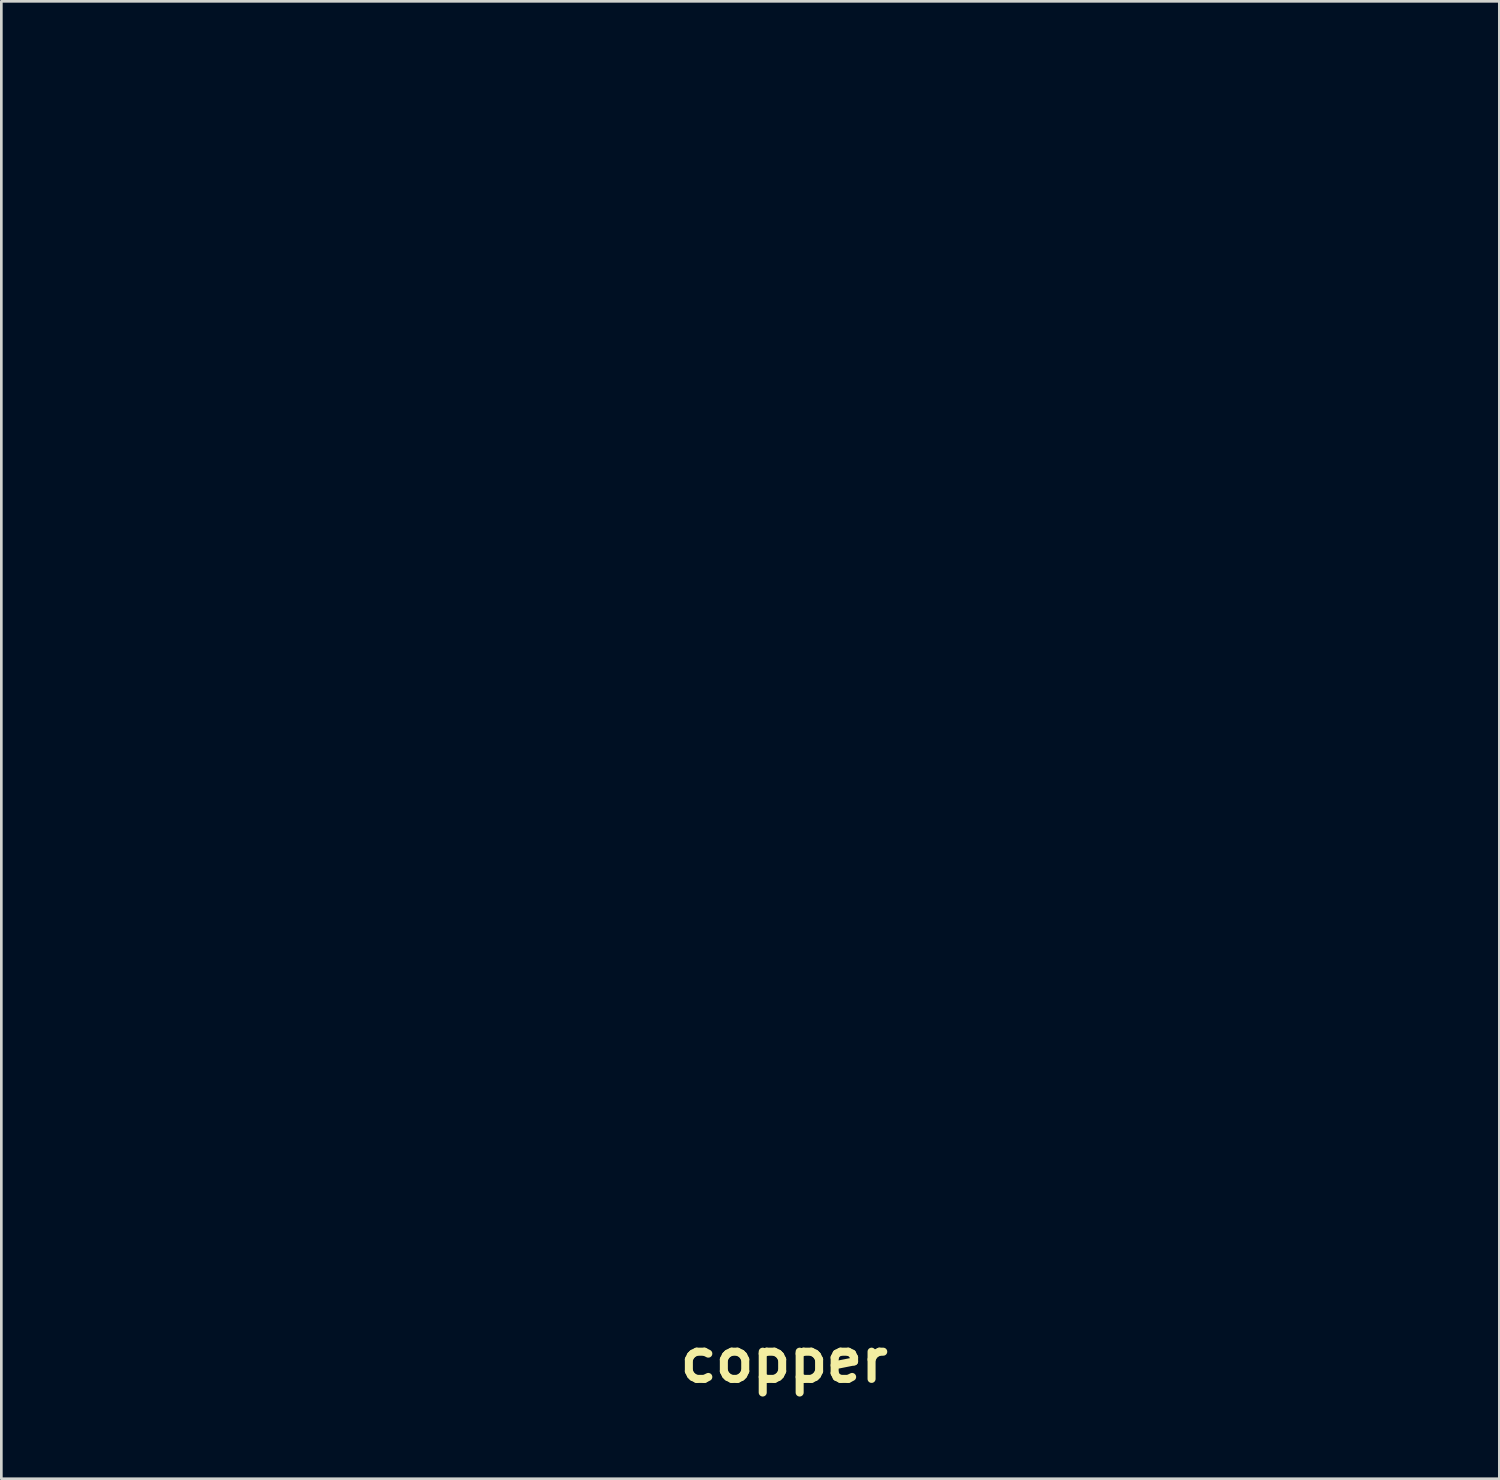
<source format=kicad_pcb>
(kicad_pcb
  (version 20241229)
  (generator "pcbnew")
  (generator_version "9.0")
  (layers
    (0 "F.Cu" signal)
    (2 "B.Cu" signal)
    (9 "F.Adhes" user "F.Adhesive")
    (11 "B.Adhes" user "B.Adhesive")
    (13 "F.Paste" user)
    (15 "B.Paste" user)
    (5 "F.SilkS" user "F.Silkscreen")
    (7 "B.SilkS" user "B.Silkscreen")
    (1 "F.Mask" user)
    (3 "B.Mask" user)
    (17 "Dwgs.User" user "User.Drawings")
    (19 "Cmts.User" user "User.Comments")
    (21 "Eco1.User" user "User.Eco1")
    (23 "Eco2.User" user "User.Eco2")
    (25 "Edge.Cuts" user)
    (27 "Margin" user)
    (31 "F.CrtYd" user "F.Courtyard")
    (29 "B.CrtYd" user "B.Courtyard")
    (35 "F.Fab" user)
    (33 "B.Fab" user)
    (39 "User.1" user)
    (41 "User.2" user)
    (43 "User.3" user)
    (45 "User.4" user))
  (footprint "copper"
    (layer "F.Cu")
    (at 26.227 47.746)
    (property "Reference" "copper" (at 0 0 0) (layer "F.SilkS") (effects (font (size 1.524 1.524) (thickness 0.3))))
    (attr through_hole)
    (fp_poly (pts (xy 6.523 -47.734) (xy 7.085 -47.72) (xy 7.525 -47.695) (xy 7.881 -47.657) (xy 8.192 -47.602) (xy 8.498 -47.527) (xy 8.506 -47.525) (xy 9.235 -47.29) (xy 9.909 -47.005) (xy 10.479 -46.694) (xy 10.9 -46.379) (xy 10.92 -46.359) (xy 11.366 -45.855) (xy 11.763 -45.272) (xy 12.083 -44.662) (xy 12.304 -44.072) (xy 12.398 -43.551) (xy 12.4 -43.482) (xy 12.431 -43.279) (xy 12.5 -43.2) (xy 12.549 -43.106) (xy 12.583 -42.847) (xy 12.599 -42.46) (xy 12.6 -42.35) (xy 12.589 -41.936) (xy 12.559 -41.643) (xy 12.513 -41.506) (xy 12.5 -41.5) (xy 12.436 -41.412) (xy 12.402 -41.192) (xy 12.4 -41.12) (xy 12.367 -40.774) (xy 12.275 -40.283) (xy 12.136 -39.688) (xy 11.96 -39.03) (xy 11.758 -38.351) (xy 11.542 -37.692) (xy 11.335 -37.126) (xy 11.077 -36.491) (xy 10.809 -35.872) (xy 10.546 -35.304) (xy 10.304 -34.82) (xy 10.1 -34.452) (xy 9.949 -34.235) (xy 9.937 -34.222) (xy 9.812 -34.055) (xy 9.646 -33.779) (xy 9.532 -33.564) (xy 9.36 -33.253) (xy 9.113 -32.844) (xy 8.834 -32.403) (xy 8.686 -32.179) (xy 8.444 -31.811) (xy 8.25 -31.502) (xy 8.129 -31.29) (xy 8.1 -31.22) (xy 8.037 -31.105) (xy 7.872 -30.896) (xy 7.675 -30.672) (xy 7.421 -30.386) (xy 7.097 -30.006) (xy 6.756 -29.594) (xy 6.6 -29.401) (xy 6.285 -29.012) (xy 5.975 -28.638) (xy 5.718 -28.335) (xy 5.617 -28.22) (xy 5.423 -28.012) (xy 5.333 -27.944) (xy 5.318 -28.005) (xy 5.335 -28.1) (xy 5.535 -29.541) (xy 5.547 -30.941) (xy 5.512 -31.366) (xy 5.438 -31.954) (xy 5.345 -32.505) (xy 5.242 -32.981) (xy 5.137 -33.347) (xy 5.039 -33.564) (xy 5.005 -33.6) (xy 4.927 -33.72) (xy 4.83 -33.95) (xy 4.816 -33.991) (xy 4.62 -34.447) (xy 4.325 -34.988) (xy 3.969 -35.551) (xy 3.588 -36.073) (xy 3.532 -36.144) (xy 3.246 -36.469) (xy 2.957 -36.72) (xy 2.602 -36.947) (xy 2.185 -37.164) (xy 1.731 -37.37) (xy 1.236 -37.568) (xy 0.738 -37.745) (xy 0.275 -37.89) (xy -0.116 -37.99) (xy -0.397 -38.034) (xy -0.527 -38.013) (xy -0.494 -37.922) (xy -0.319 -37.774) (xy -0.082 -37.623) (xy 0.335 -37.352) (xy 0.718 -37.021) (xy 1.102 -36.595) (xy 1.519 -36.041) (xy 1.753 -35.7) (xy 2.005 -35.332) (xy 2.226 -35.023) (xy 2.386 -34.814) (xy 2.444 -34.75) (xy 2.631 -34.523) (xy 2.851 -34.14) (xy 3.086 -33.636) (xy 3.32 -33.047) (xy 3.407 -32.8) (xy 3.539 -32.398) (xy 3.632 -32.055) (xy 3.695 -31.718) (xy 3.735 -31.331) (xy 3.761 -30.839) (xy 3.777 -30.392) (xy 3.79 -29.703) (xy 3.779 -29.117) (xy 3.738 -28.582) (xy 3.659 -28.044) (xy 3.534 -27.448) (xy 3.359 -26.742) (xy 3.254 -26.35) (xy 3.125 -25.866) (xy 3.017 -25.453) (xy 2.94 -25.147) (xy 2.904 -24.987) (xy 2.902 -24.975) (xy 2.983 -24.894) (xy 3.21 -24.895) (xy 3.551 -24.97) (xy 3.975 -25.113) (xy 4.449 -25.315) (xy 4.521 -25.35) (xy 4.996 -25.597) (xy 5.416 -25.861) (xy 5.839 -26.183) (xy 6.322 -26.605) (xy 6.45 -26.722) (xy 7.122 -27.349) (xy 7.669 -27.877) (xy 8.117 -28.333) (xy 8.494 -28.746) (xy 8.827 -29.145) (xy 9.1 -29.499) (xy 9.399 -29.889) (xy 9.706 -30.272) (xy 9.967 -30.579) (xy 10.025 -30.643) (xy 10.232 -30.882) (xy 10.368 -31.066) (xy 10.4 -31.134) (xy 10.449 -31.236) (xy 10.58 -31.469) (xy 10.77 -31.792) (xy 10.993 -32.165) (xy 11.227 -32.549) (xy 11.446 -32.904) (xy 11.628 -33.19) (xy 11.747 -33.368) (xy 11.769 -33.396) (xy 11.872 -33.384) (xy 12.03 -33.304) (xy 12.244 -33.179) (xy 12.552 -33.011) (xy 12.748 -32.908) (xy 12.945 -32.774) (xy 13.246 -32.529) (xy 13.627 -32.194) (xy 14.067 -31.793) (xy 14.543 -31.347) (xy 15.033 -30.877) (xy 15.513 -30.405) (xy 15.962 -29.954) (xy 16.358 -29.545) (xy 16.677 -29.199) (xy 16.897 -28.939) (xy 16.997 -28.787) (xy 17 -28.771) (xy 17.071 -28.609) (xy 17.247 -28.411) (xy 17.281 -28.381) (xy 17.489 -28.173) (xy 17.768 -27.85) (xy 18.078 -27.463) (xy 18.381 -27.064) (xy 18.634 -26.703) (xy 18.8 -26.433) (xy 18.808 -26.418) (xy 18.944 -26.178) (xy 19.139 -25.867) (xy 19.251 -25.7) (xy 19.472 -25.358) (xy 19.68 -25.009) (xy 19.752 -24.875) (xy 19.888 -24.643) (xy 19.997 -24.512) (xy 20.022 -24.5) (xy 20.1 -24.413) (xy 20.244 -24.173) (xy 20.439 -23.808) (xy 20.672 -23.349) (xy 20.927 -22.825) (xy 21.191 -22.265) (xy 21.449 -21.699) (xy 21.687 -21.157) (xy 21.89 -20.668) (xy 21.947 -20.525) (xy 22.129 -20.071) (xy 22.292 -19.692) (xy 22.42 -19.425) (xy 22.496 -19.304) (xy 22.504 -19.3) (xy 22.576 -19.213) (xy 22.645 -19.002) (xy 22.651 -18.975) (xy 22.712 -18.725) (xy 22.812 -18.354) (xy 22.932 -17.936) (xy 22.959 -17.846) (xy 23.046 -17.526) (xy 23.153 -17.09) (xy 23.27 -16.581) (xy 23.39 -16.041) (xy 23.501 -15.514) (xy 23.596 -15.041) (xy 23.664 -14.665) (xy 23.698 -14.428) (xy 23.7 -14.392) (xy 23.618 -14.303) (xy 23.406 -14.163) (xy 23.187 -14.043) (xy 22.886 -13.885) (xy 22.651 -13.75) (xy 22.562 -13.69) (xy 22.418 -13.585) (xy 22.171 -13.418) (xy 22 -13.307) (xy 21.732 -13.114) (xy 21.374 -12.828) (xy 20.982 -12.495) (xy 20.745 -12.284) (xy 20.115 -11.631) (xy 19.501 -10.85) (xy 18.93 -9.986) (xy 18.429 -9.084) (xy 18.022 -8.189) (xy 17.736 -7.345) (xy 17.644 -6.944) (xy 17.572 -6.676) (xy 17.483 -6.5) (xy 17.461 -6.479) (xy 17.417 -6.354) (xy 17.384 -6.073) (xy 17.361 -5.679) (xy 17.349 -5.214) (xy 17.347 -4.721) (xy 17.356 -4.244) (xy 17.376 -3.826) (xy 17.406 -3.509) (xy 17.446 -3.337) (xy 17.459 -3.321) (xy 17.561 -3.183) (xy 17.627 -2.968) (xy 17.645 -2.754) (xy 17.605 -2.617) (xy 17.567 -2.6) (xy 17.42 -2.551) (xy 17.162 -2.423) (xy 16.854 -2.248) (xy 16.558 -2.077) (xy 16.336 -1.964) (xy 16.235 -1.932) (xy 16.234 -1.932) (xy 16.23 -2.04) (xy 16.243 -2.307) (xy 16.271 -2.697) (xy 16.312 -3.169) (xy 16.319 -3.242) (xy 16.37 -4.18) (xy 16.363 -5.229) (xy 16.304 -6.317) (xy 16.197 -7.371) (xy 16.045 -8.319) (xy 16 -8.536) (xy 15.804 -9.422) (xy 16.552 -10.175) (xy 16.859 -10.491) (xy 17.105 -10.758) (xy 17.261 -10.942) (xy 17.3 -11.007) (xy 17.363 -11.132) (xy 17.463 -11.249) (xy 17.586 -11.408) (xy 17.771 -11.691) (xy 17.987 -12.046) (xy 18.065 -12.181) (xy 18.553 -13.213) (xy 18.921 -14.368) (xy 19.162 -15.601) (xy 19.268 -16.869) (xy 19.229 -18.129) (xy 19.208 -18.338) (xy 19.078 -19.127) (xy 18.873 -19.935) (xy 18.61 -20.716) (xy 18.304 -21.427) (xy 17.974 -22.024) (xy 17.656 -22.44) (xy 17.436 -22.676) (xy 17.147 -22.99) (xy 16.864 -23.3) (xy 16.128 -23.998) (xy 15.3 -24.56) (xy 14.349 -25.003) (xy 13.353 -25.318) (xy 12.961 -25.41) (xy 12.603 -25.465) (xy 12.214 -25.49) (xy 11.734 -25.488) (xy 11.303 -25.474) (xy 10.546 -25.423) (xy 9.896 -25.33) (xy 9.285 -25.176) (xy 8.648 -24.944) (xy 7.921 -24.618) (xy 7.818 -24.569) (xy 7.477 -24.396) (xy 7.182 -24.223) (xy 6.898 -24.02) (xy 6.588 -23.759) (xy 6.215 -23.413) (xy 5.745 -22.952) (xy 5.693 -22.9) (xy 5.23 -22.427) (xy 4.828 -21.991) (xy 4.512 -21.622) (xy 4.306 -21.346) (xy 4.252 -21.25) (xy 4.111 -20.976) (xy 3.902 -20.603) (xy 3.662 -20.201) (xy 3.596 -20.095) (xy 3.342 -19.677) (xy 3.095 -19.252) (xy 2.9 -18.898) (xy 2.869 -18.838) (xy 2.615 -18.337) (xy 1.733 -18.169) (xy 0.59 -17.975) (xy -0.422 -17.859) (xy -1.356 -17.821) (xy -2.266 -17.859) (xy -3.203 -17.972) (xy -3.871 -18.09) (xy -4.476 -18.218) (xy -4.901 -18.333) (xy -5.165 -18.442) (xy -5.287 -18.551) (xy -5.3 -18.606) (xy -5.349 -18.734) (xy -5.48 -18.981) (xy -5.663 -19.294) (xy -5.684 -19.327) (xy -5.902 -19.685) (xy -6.179 -20.145) (xy -6.471 -20.637) (xy -6.645 -20.931) (xy -6.936 -21.396) (xy -7.253 -21.834) (xy -7.624 -22.279) (xy -8.077 -22.76) (xy -8.64 -23.31) (xy -9.13 -23.768) (xy -9.495 -24.047) (xy -10.001 -24.355) (xy -10.598 -24.666) (xy -11.234 -24.953) (xy -11.861 -25.192) (xy -11.95 -25.222) (xy -12.42 -25.337) (xy -13.033 -25.418) (xy -13.817 -25.469) (xy -13.852 -25.471) (xy -14.62 -25.483) (xy -15.278 -25.439) (xy -15.889 -25.328) (xy -16.515 -25.135) (xy -17.221 -24.849) (xy -17.519 -24.715) (xy -18.068 -24.435) (xy -18.512 -24.137) (xy -18.937 -23.759) (xy -19.019 -23.678) (xy -19.58 -23.104) (xy -20.02 -22.633) (xy -20.361 -22.228) (xy -20.627 -21.854) (xy -20.843 -21.477) (xy -21.031 -21.06) (xy -21.214 -20.569) (xy -21.344 -20.189) (xy -21.672 -18.902) (xy -21.82 -17.562) (xy -21.791 -16.199) (xy -21.588 -14.844) (xy -21.212 -13.527) (xy -20.737 -12.416) (xy -20.529 -12.023) (xy -20.341 -11.701) (xy -20.197 -11.49) (xy -20.134 -11.43) (xy -20.011 -11.303) (xy -20 -11.244) (xy -19.934 -11.123) (xy -19.753 -10.894) (xy -19.487 -10.593) (xy -19.191 -10.28) (xy -18.383 -9.45) (xy -18.616 -8.25) (xy -18.696 -7.815) (xy -18.756 -7.417) (xy -18.798 -7.013) (xy -18.826 -6.562) (xy -18.842 -6.022) (xy -18.849 -5.353) (xy -18.85 -4.8) (xy -18.847 -4.129) (xy -18.838 -3.508) (xy -18.824 -2.971) (xy -18.807 -2.552) (xy -18.787 -2.284) (xy -18.777 -2.225) (xy -18.748 -2.007) (xy -18.77 -1.904) (xy -18.777 -1.902) (xy -18.894 -1.953) (xy -19.126 -2.083) (xy -19.4 -2.25) (xy -19.703 -2.429) (xy -19.949 -2.555) (xy -20.075 -2.598) (xy -20.172 -2.677) (xy -20.197 -2.842) (xy -20.144 -2.987) (xy -20.099 -3.017) (xy -20.018 -3.139) (xy -19.95 -3.42) (xy -19.896 -3.82) (xy -19.861 -4.298) (xy -19.847 -4.814) (xy -19.858 -5.328) (xy -19.894 -5.786) (xy -19.95 -6.202) (xy -20.01 -6.539) (xy -20.063 -6.75) (xy -20.088 -6.796) (xy -20.157 -6.913) (xy -20.26 -7.166) (xy -20.374 -7.5) (xy -20.764 -8.583) (xy -21.229 -9.568) (xy -21.805 -10.529) (xy -22.238 -11.15) (xy -22.485 -11.448) (xy -22.823 -11.802) (xy -23.22 -12.183) (xy -23.647 -12.566) (xy -24.071 -12.924) (xy -24.463 -13.231) (xy -24.791 -13.46) (xy -25.025 -13.585) (xy -25.093 -13.6) (xy -25.196 -13.67) (xy -25.2 -13.697) (xy -25.284 -13.787) (xy -25.502 -13.916) (xy -25.711 -14.014) (xy -26.222 -14.234) (xy -26.157 -14.813) (xy -26.086 -15.31) (xy -25.98 -15.887) (xy -25.848 -16.509) (xy -25.7 -17.139) (xy -25.544 -17.743) (xy -25.389 -18.285) (xy -25.245 -18.73) (xy -25.12 -19.043) (xy -25.039 -19.175) (xy -24.922 -19.339) (xy -24.9 -19.417) (xy -24.857 -19.608) (xy -24.738 -19.947) (xy -24.558 -20.402) (xy -24.329 -20.942) (xy -24.068 -21.537) (xy -23.787 -22.156) (xy -23.501 -22.767) (xy -23.224 -23.339) (xy -22.97 -23.842) (xy -22.754 -24.245) (xy -22.589 -24.516) (xy -22.529 -24.595) (xy -22.4 -24.765) (xy -22.204 -25.058) (xy -21.973 -25.423) (xy -21.854 -25.62) (xy -21.558 -26.097) (xy -21.23 -26.596) (xy -20.897 -27.081) (xy -20.585 -27.514) (xy -20.32 -27.857) (xy -20.129 -28.075) (xy -20.102 -28.1) (xy -19.954 -28.257) (xy -19.74 -28.518) (xy -19.527 -28.8) (xy -19.167 -29.25) (xy -18.684 -29.79) (xy -18.111 -30.388) (xy -17.482 -31.013) (xy -16.831 -31.631) (xy -16.19 -32.211) (xy -15.593 -32.721) (xy -15.073 -33.129) (xy -14.825 -33.303) (xy -14.552 -33.493) (xy -14.363 -33.645) (xy -14.3 -33.718) (xy -14.216 -33.837) (xy -13.985 -34.024) (xy -13.64 -34.26) (xy -13.216 -34.527) (xy -12.744 -34.806) (xy -12.259 -35.077) (xy -11.793 -35.321) (xy -11.381 -35.519) (xy -11.054 -35.652) (xy -10.846 -35.701) (xy -10.566 -35.729) (xy -10.348 -35.796) (xy -10.251 -35.88) (xy -10.257 -35.911) (xy -10.385 -35.972) (xy -10.623 -36) (xy -10.643 -36) (xy -10.886 -35.982) (xy -11.266 -35.934) (xy -11.725 -35.867) (xy -12.202 -35.787) (xy -12.641 -35.707) (xy -12.98 -35.633) (xy -12.993 -35.63) (xy -13.235 -35.569) (xy -13.018 -35.875) (xy -12.875 -36.102) (xy -12.802 -36.267) (xy -12.8 -36.285) (xy -12.725 -36.426) (xy -12.67 -36.47) (xy -12.573 -36.561) (xy -12.415 -36.761) (xy -12.184 -37.083) (xy -11.872 -37.539) (xy -11.469 -38.144) (xy -11.178 -38.588) (xy -11.05 -38.747) (xy -10.811 -39.009) (xy -10.486 -39.352) (xy -10.098 -39.752) (xy -9.67 -40.184) (xy -9.226 -40.627) (xy -8.789 -41.057) (xy -8.383 -41.45) (xy -8.032 -41.783) (xy -7.758 -42.032) (xy -7.585 -42.175) (xy -7.54 -42.2) (xy -7.388 -42.27) (xy -7.287 -42.366) (xy -7.148 -42.503) (xy -6.897 -42.722) (xy -6.582 -42.983) (xy -6.479 -43.067) (xy -6.132 -43.348) (xy -5.811 -43.614) (xy -5.577 -43.817) (xy -5.539 -43.851) (xy -5.342 -44.015) (xy -5.202 -44.098) (xy -5.189 -44.1) (xy -5.075 -44.152) (xy -4.835 -44.29) (xy -4.508 -44.493) (xy -4.27 -44.645) (xy -3.886 -44.884) (xy -3.438 -45.145) (xy -2.963 -45.408) (xy -2.498 -45.655) (xy -2.081 -45.864) (xy -1.749 -46.017) (xy -1.539 -46.095) (xy -1.503 -46.1) (xy -1.403 -46.168) (xy -1.4 -46.191) (xy -1.313 -46.268) (xy -1.085 -46.385) (xy -0.761 -46.518) (xy -0.725 -46.532) (xy 0.3 -46.898) (xy 1.192 -47.186) (xy 1.997 -47.403) (xy 2.764 -47.558) (xy 3.538 -47.66) (xy 4.366 -47.718) (xy 5.295 -47.74) (xy 5.8 -47.741) (xy 6.523 -47.734)) (stroke (width 0.01) (type solid)) (fill yes) (layer "F.Mask")))
  (gr_rect
    (start -3 -3)
    (end 52.932 52.164)
    (stroke (width 0.1) (type default))
    (fill no)
    (layer "Edge.Cuts")))
</source>
